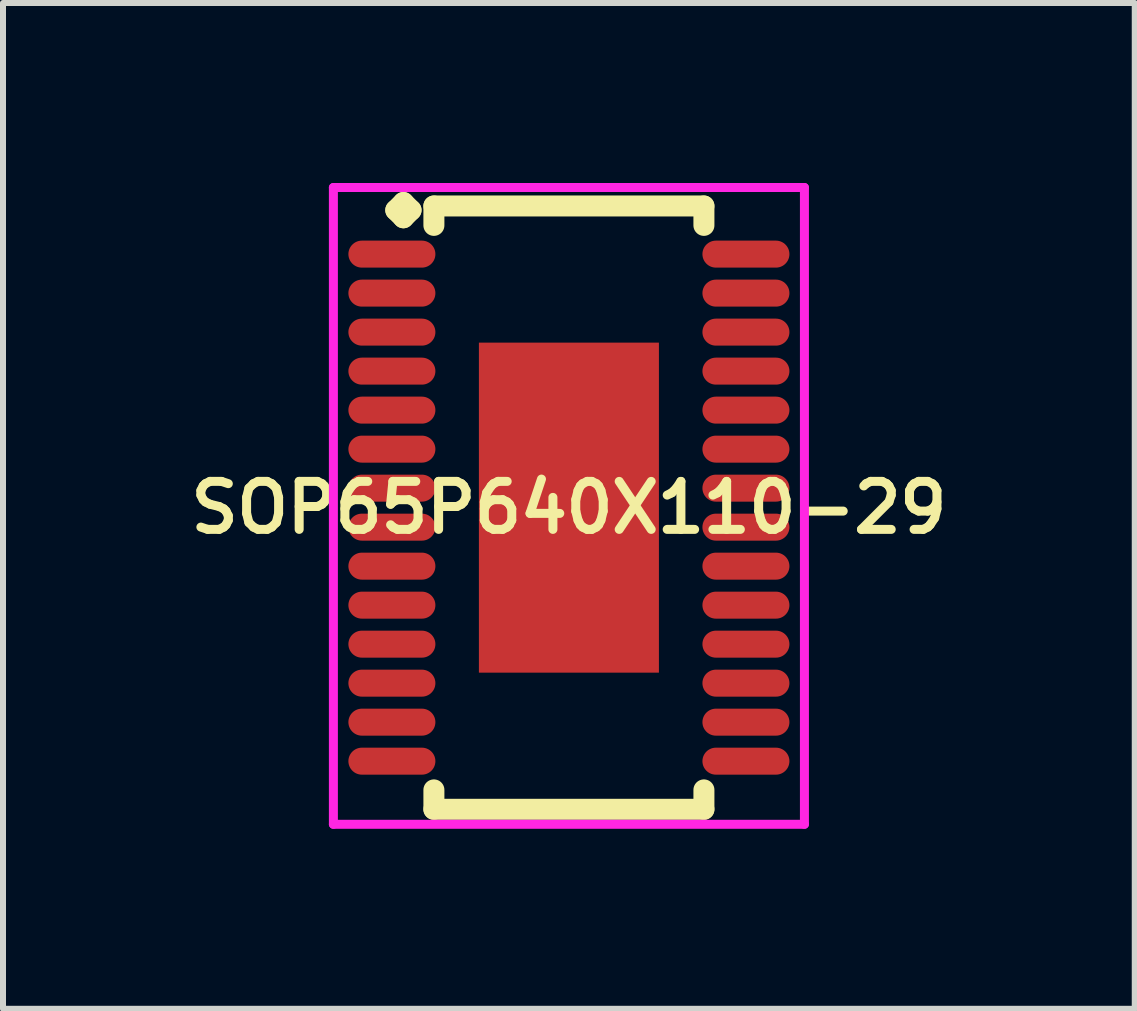
<source format=kicad_pcb>
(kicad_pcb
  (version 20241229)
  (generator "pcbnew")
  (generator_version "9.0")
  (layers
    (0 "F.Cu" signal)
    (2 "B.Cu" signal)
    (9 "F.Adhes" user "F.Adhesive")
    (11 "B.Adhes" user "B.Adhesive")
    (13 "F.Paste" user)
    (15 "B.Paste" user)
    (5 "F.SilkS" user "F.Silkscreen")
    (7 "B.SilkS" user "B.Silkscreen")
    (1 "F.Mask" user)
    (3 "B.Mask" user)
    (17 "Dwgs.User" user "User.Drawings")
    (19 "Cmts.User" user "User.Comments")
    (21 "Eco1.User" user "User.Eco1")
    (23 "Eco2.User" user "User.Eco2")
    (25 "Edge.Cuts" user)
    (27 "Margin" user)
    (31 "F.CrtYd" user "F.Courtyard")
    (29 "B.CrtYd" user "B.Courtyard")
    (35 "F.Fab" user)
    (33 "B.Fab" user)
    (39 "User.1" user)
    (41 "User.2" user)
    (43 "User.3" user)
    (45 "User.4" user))
  (footprint "SOP65P640X110-29"
    (layer "F.Cu")
    (at 6.431 5.41)
    (property "Reference" "SOP65P640X110-29" (at 0 0 0) (layer "F.SilkS") (effects (font (size 0.8 0.8) (thickness 0.15))))
    (attr smd)
    (fp_line (start -2.885 -4.958) (end -2.758 -5.085) (stroke (width 0.35) (type solid)) (layer "F.SilkS"))
    (fp_line (start -2.758 -5.085) (end -2.631 -4.958) (stroke (width 0.35) (type solid)) (layer "F.SilkS"))
    (fp_line (start -2.758 -4.831) (end -2.885 -4.958) (stroke (width 0.35) (type solid)) (layer "F.SilkS"))
    (fp_line (start -2.631 -4.958) (end -2.758 -4.831) (stroke (width 0.35) (type solid)) (layer "F.SilkS"))
    (fp_line (start -2.25 -5.027) (end 2.25 -5.027) (stroke (width 0.35) (type solid)) (layer "F.SilkS"))
    (fp_line (start -2.25 -4.704) (end -2.25 -5.027) (stroke (width 0.35) (type solid)) (layer "F.SilkS"))
    (fp_line (start -2.25 4.704) (end -2.25 5.027) (stroke (width 0.35) (type solid)) (layer "F.SilkS"))
    (fp_line (start -2.25 5.027) (end 2.25 5.027) (stroke (width 0.35) (type solid)) (layer "F.SilkS"))
    (fp_line (start 2.25 -5.027) (end 2.25 -4.704) (stroke (width 0.35) (type solid)) (layer "F.SilkS"))
    (fp_line (start 2.25 5.027) (end 2.25 4.704) (stroke (width 0.35) (type solid)) (layer "F.SilkS"))
    (fp_line (start -3.925 -5.335) (end 3.925 -5.335) (stroke (width 0.15) (type solid)) (layer "F.CrtYd"))
    (fp_line (start -3.925 5.277) (end -3.925 -5.335) (stroke (width 0.15) (type solid)) (layer "F.CrtYd"))
    (fp_line (start 3.925 -5.335) (end 3.925 5.277) (stroke (width 0.15) (type solid)) (layer "F.CrtYd"))
    (fp_line (start 3.925 5.277) (end -3.925 5.277) (stroke (width 0.15) (type solid)) (layer "F.CrtYd"))
    (pad "1" smd oval (at -2.95 -4.225) (size 1.45 0.45) (layers "F.Cu" "F.Mask" "F.Paste"))
    (pad "2" smd oval (at -2.95 -3.575) (size 1.45 0.45) (layers "F.Cu" "F.Mask" "F.Paste"))
    (pad "3" smd oval (at -2.95 -2.925) (size 1.45 0.45) (layers "F.Cu" "F.Mask" "F.Paste"))
    (pad "4" smd oval (at -2.95 -2.275) (size 1.45 0.45) (layers "F.Cu" "F.Mask" "F.Paste"))
    (pad "5" smd oval (at -2.95 -1.625) (size 1.45 0.45) (layers "F.Cu" "F.Mask" "F.Paste"))
    (pad "6" smd oval (at -2.95 -0.975) (size 1.45 0.45) (layers "F.Cu" "F.Mask" "F.Paste"))
    (pad "7" smd oval (at -2.95 -0.325) (size 1.45 0.45) (layers "F.Cu" "F.Mask" "F.Paste"))
    (pad "8" smd oval (at -2.95 0.325) (size 1.45 0.45) (layers "F.Cu" "F.Mask" "F.Paste"))
    (pad "9" smd oval (at -2.95 0.975) (size 1.45 0.45) (layers "F.Cu" "F.Mask" "F.Paste"))
    (pad "10" smd oval (at -2.95 1.625) (size 1.45 0.45) (layers "F.Cu" "F.Mask" "F.Paste"))
    (pad "11" smd oval (at -2.95 2.275) (size 1.45 0.45) (layers "F.Cu" "F.Mask" "F.Paste"))
    (pad "12" smd oval (at -2.95 2.925) (size 1.45 0.45) (layers "F.Cu" "F.Mask" "F.Paste"))
    (pad "13" smd oval (at -2.95 3.575) (size 1.45 0.45) (layers "F.Cu" "F.Mask" "F.Paste"))
    (pad "14" smd oval (at -2.95 4.225) (size 1.45 0.45) (layers "F.Cu" "F.Mask" "F.Paste"))
    (pad "15" smd oval (at 2.95 4.225) (size 1.45 0.45) (layers "F.Cu" "F.Mask" "F.Paste"))
    (pad "16" smd oval (at 2.95 3.575) (size 1.45 0.45) (layers "F.Cu" "F.Mask" "F.Paste"))
    (pad "17" smd oval (at 2.95 2.925) (size 1.45 0.45) (layers "F.Cu" "F.Mask" "F.Paste"))
    (pad "18" smd oval (at 2.95 2.275) (size 1.45 0.45) (layers "F.Cu" "F.Mask" "F.Paste"))
    (pad "19" smd oval (at 2.95 1.625) (size 1.45 0.45) (layers "F.Cu" "F.Mask" "F.Paste"))
    (pad "20" smd oval (at 2.95 0.975) (size 1.45 0.45) (layers "F.Cu" "F.Mask" "F.Paste"))
    (pad "21" smd oval (at 2.95 0.325) (size 1.45 0.45) (layers "F.Cu" "F.Mask" "F.Paste"))
    (pad "22" smd oval (at 2.95 -0.325) (size 1.45 0.45) (layers "F.Cu" "F.Mask" "F.Paste"))
    (pad "23" smd oval (at 2.95 -0.975) (size 1.45 0.45) (layers "F.Cu" "F.Mask" "F.Paste"))
    (pad "24" smd oval (at 2.95 -1.625) (size 1.45 0.45) (layers "F.Cu" "F.Mask" "F.Paste"))
    (pad "25" smd oval (at 2.95 -2.275) (size 1.45 0.45) (layers "F.Cu" "F.Mask" "F.Paste"))
    (pad "26" smd oval (at 2.95 -2.925) (size 1.45 0.45) (layers "F.Cu" "F.Mask" "F.Paste"))
    (pad "27" smd oval (at 2.95 -3.575) (size 1.45 0.45) (layers "F.Cu" "F.Mask" "F.Paste"))
    (pad "28" smd oval (at 2.95 -4.225) (size 1.45 0.45) (layers "F.Cu" "F.Mask" "F.Paste"))
    (pad "29" smd rect (at 0 0) (size 3 5.5) (layers "F.Cu" "F.Mask" "F.Paste")))
  (gr_rect
    (start -3 -3)
    (end 15.861 13.762)
    (stroke (width 0.1) (type default))
    (fill no)
    (layer "Edge.Cuts")))
</source>
